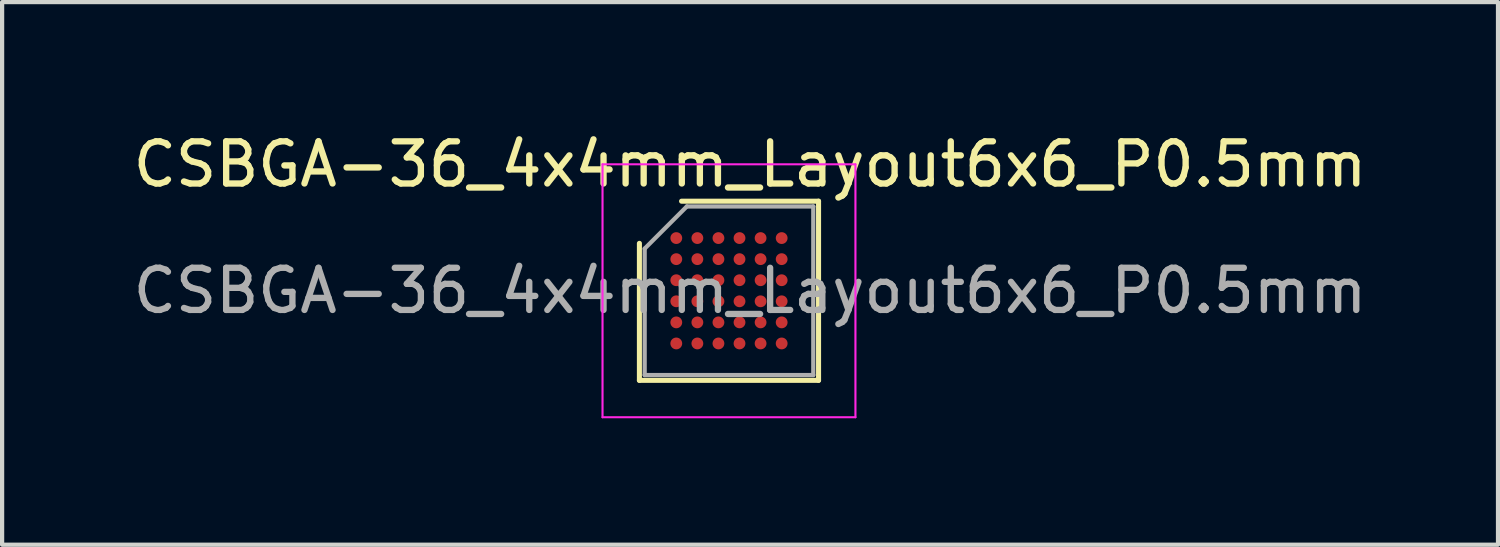
<source format=kicad_pcb>
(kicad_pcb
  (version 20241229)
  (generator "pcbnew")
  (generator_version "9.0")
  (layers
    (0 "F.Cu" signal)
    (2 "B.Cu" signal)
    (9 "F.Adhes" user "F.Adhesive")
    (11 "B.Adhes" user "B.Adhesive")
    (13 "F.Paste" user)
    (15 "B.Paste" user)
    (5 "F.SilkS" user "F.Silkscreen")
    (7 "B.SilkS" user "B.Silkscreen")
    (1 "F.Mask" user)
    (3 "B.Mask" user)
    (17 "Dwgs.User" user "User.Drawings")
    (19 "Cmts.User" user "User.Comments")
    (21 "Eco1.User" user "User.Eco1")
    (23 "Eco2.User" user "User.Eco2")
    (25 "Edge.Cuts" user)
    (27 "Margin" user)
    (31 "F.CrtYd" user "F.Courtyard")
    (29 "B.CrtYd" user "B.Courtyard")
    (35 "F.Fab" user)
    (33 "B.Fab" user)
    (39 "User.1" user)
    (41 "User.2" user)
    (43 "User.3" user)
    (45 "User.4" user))
  (footprint "CSBGA-36_4x4mm_Layout6x6_P0.5mm"
    (layer "F.Cu")
    (at 14.244 3.848)
    (property "Reference" "CSBGA-36_4x4mm_Layout6x6_P0.5mm" (at 0.5 -3 0) (layer "F.SilkS") (effects (font (size 1 1) (thickness 0.15))))
    (attr smd)
    (fp_line (start -2.125 2.125) (end -2.125 -1.125) (stroke (width 0.12) (type solid)) (layer "F.SilkS"))
    (fp_line (start -1.125 -2.125) (end 2.125 -2.125) (stroke (width 0.12) (type solid)) (layer "F.SilkS"))
    (fp_line (start 2.125 -2.125) (end 2.125 2.125) (stroke (width 0.12) (type solid)) (layer "F.SilkS"))
    (fp_line (start 2.125 2.125) (end -2.125 2.125) (stroke (width 0.12) (type solid)) (layer "F.SilkS"))
    (fp_line (start -3 -3) (end -3 3) (stroke (width 0.05) (type solid)) (layer "F.CrtYd"))
    (fp_line (start -3 3) (end 3 3) (stroke (width 0.05) (type solid)) (layer "F.CrtYd"))
    (fp_line (start 3 -3) (end -3 -3) (stroke (width 0.05) (type solid)) (layer "F.CrtYd"))
    (fp_line (start 3 3) (end 3 -3) (stroke (width 0.05) (type solid)) (layer "F.CrtYd"))
    (fp_line (start -2 -1) (end -1 -2) (stroke (width 0.1) (type solid)) (layer "F.Fab"))
    (fp_line (start -2 2) (end -2 -1) (stroke (width 0.1) (type solid)) (layer "F.Fab"))
    (fp_line (start -1 -2) (end 2 -2) (stroke (width 0.1) (type solid)) (layer "F.Fab"))
    (fp_line (start 2 -2) (end 2 2) (stroke (width 0.1) (type solid)) (layer "F.Fab"))
    (fp_line (start 2 2) (end -2 2) (stroke (width 0.1) (type solid)) (layer "F.Fab"))
    (fp_text user "${REFERENCE}" (at 0.5 0 0) (layer "F.Fab") (effects (font (size 1 1) (thickness 0.15))))
    (pad "A1" smd circle (at -1.25 -1.25) (size 0.28 0.28) (layers "F.Cu" "F.Mask" "F.Paste"))
    (pad "A2" smd circle (at -0.75 -1.25) (size 0.28 0.28) (layers "F.Cu" "F.Mask" "F.Paste"))
    (pad "A3" smd circle (at -0.25 -1.25) (size 0.28 0.28) (layers "F.Cu" "F.Mask" "F.Paste"))
    (pad "A4" smd circle (at 0.25 -1.25) (size 0.28 0.28) (layers "F.Cu" "F.Mask" "F.Paste"))
    (pad "A5" smd circle (at 0.75 -1.25) (size 0.28 0.28) (layers "F.Cu" "F.Mask" "F.Paste"))
    (pad "A6" smd circle (at 1.25 -1.25) (size 0.28 0.28) (layers "F.Cu" "F.Mask" "F.Paste"))
    (pad "B1" smd circle (at -1.25 -0.75) (size 0.28 0.28) (layers "F.Cu" "F.Mask" "F.Paste"))
    (pad "B2" smd circle (at -0.75 -0.75) (size 0.28 0.28) (layers "F.Cu" "F.Mask" "F.Paste"))
    (pad "B3" smd circle (at -0.25 -0.75) (size 0.28 0.28) (layers "F.Cu" "F.Mask" "F.Paste"))
    (pad "B4" smd circle (at 0.25 -0.75) (size 0.28 0.28) (layers "F.Cu" "F.Mask" "F.Paste"))
    (pad "B5" smd circle (at 0.75 -0.75) (size 0.28 0.28) (layers "F.Cu" "F.Mask" "F.Paste"))
    (pad "B6" smd circle (at 1.25 -0.75) (size 0.28 0.28) (layers "F.Cu" "F.Mask" "F.Paste"))
    (pad "C1" smd circle (at -1.25 -0.25) (size 0.28 0.28) (layers "F.Cu" "F.Mask" "F.Paste"))
    (pad "C2" smd circle (at -0.75 -0.25) (size 0.28 0.28) (layers "F.Cu" "F.Mask" "F.Paste"))
    (pad "C3" smd circle (at -0.25 -0.25) (size 0.28 0.28) (layers "F.Cu" "F.Mask" "F.Paste"))
    (pad "C4" smd circle (at 0.25 -0.25) (size 0.28 0.28) (layers "F.Cu" "F.Mask" "F.Paste"))
    (pad "C5" smd circle (at 0.75 -0.25) (size 0.28 0.28) (layers "F.Cu" "F.Mask" "F.Paste"))
    (pad "C6" smd circle (at 1.25 -0.25) (size 0.28 0.28) (layers "F.Cu" "F.Mask" "F.Paste"))
    (pad "D1" smd circle (at -1.25 0.25) (size 0.28 0.28) (layers "F.Cu" "F.Mask" "F.Paste"))
    (pad "D2" smd circle (at -0.75 0.25) (size 0.28 0.28) (layers "F.Cu" "F.Mask" "F.Paste"))
    (pad "D3" smd circle (at -0.25 0.25) (size 0.28 0.28) (layers "F.Cu" "F.Mask" "F.Paste"))
    (pad "D4" smd circle (at 0.25 0.25) (size 0.28 0.28) (layers "F.Cu" "F.Mask" "F.Paste"))
    (pad "D5" smd circle (at 0.75 0.25) (size 0.28 0.28) (layers "F.Cu" "F.Mask" "F.Paste"))
    (pad "D6" smd circle (at 1.25 0.25) (size 0.28 0.28) (layers "F.Cu" "F.Mask" "F.Paste"))
    (pad "E1" smd circle (at -1.25 0.75) (size 0.28 0.28) (layers "F.Cu" "F.Mask" "F.Paste"))
    (pad "E2" smd circle (at -0.75 0.75) (size 0.28 0.28) (layers "F.Cu" "F.Mask" "F.Paste"))
    (pad "E3" smd circle (at -0.25 0.75) (size 0.28 0.28) (layers "F.Cu" "F.Mask" "F.Paste"))
    (pad "E4" smd circle (at 0.25 0.75) (size 0.28 0.28) (layers "F.Cu" "F.Mask" "F.Paste"))
    (pad "E5" smd circle (at 0.75 0.75) (size 0.28 0.28) (layers "F.Cu" "F.Mask" "F.Paste"))
    (pad "E6" smd circle (at 1.25 0.75) (size 0.28 0.28) (layers "F.Cu" "F.Mask" "F.Paste"))
    (pad "F1" smd circle (at -1.25 1.25) (size 0.28 0.28) (layers "F.Cu" "F.Mask" "F.Paste"))
    (pad "F2" smd circle (at -0.75 1.25) (size 0.28 0.28) (layers "F.Cu" "F.Mask" "F.Paste"))
    (pad "F3" smd circle (at -0.25 1.25) (size 0.28 0.28) (layers "F.Cu" "F.Mask" "F.Paste"))
    (pad "F4" smd circle (at 0.25 1.25) (size 0.28 0.28) (layers "F.Cu" "F.Mask" "F.Paste"))
    (pad "F5" smd circle (at 0.75 1.25) (size 0.28 0.28) (layers "F.Cu" "F.Mask" "F.Paste"))
    (pad "F6" smd circle (at 1.25 1.25) (size 0.28 0.28) (layers "F.Cu" "F.Mask" "F.Paste")))
  (gr_rect
    (start -3 -3)
    (end 32.488 9.873)
    (stroke (width 0.1) (type default))
    (fill no)
    (layer "Edge.Cuts")))
</source>
